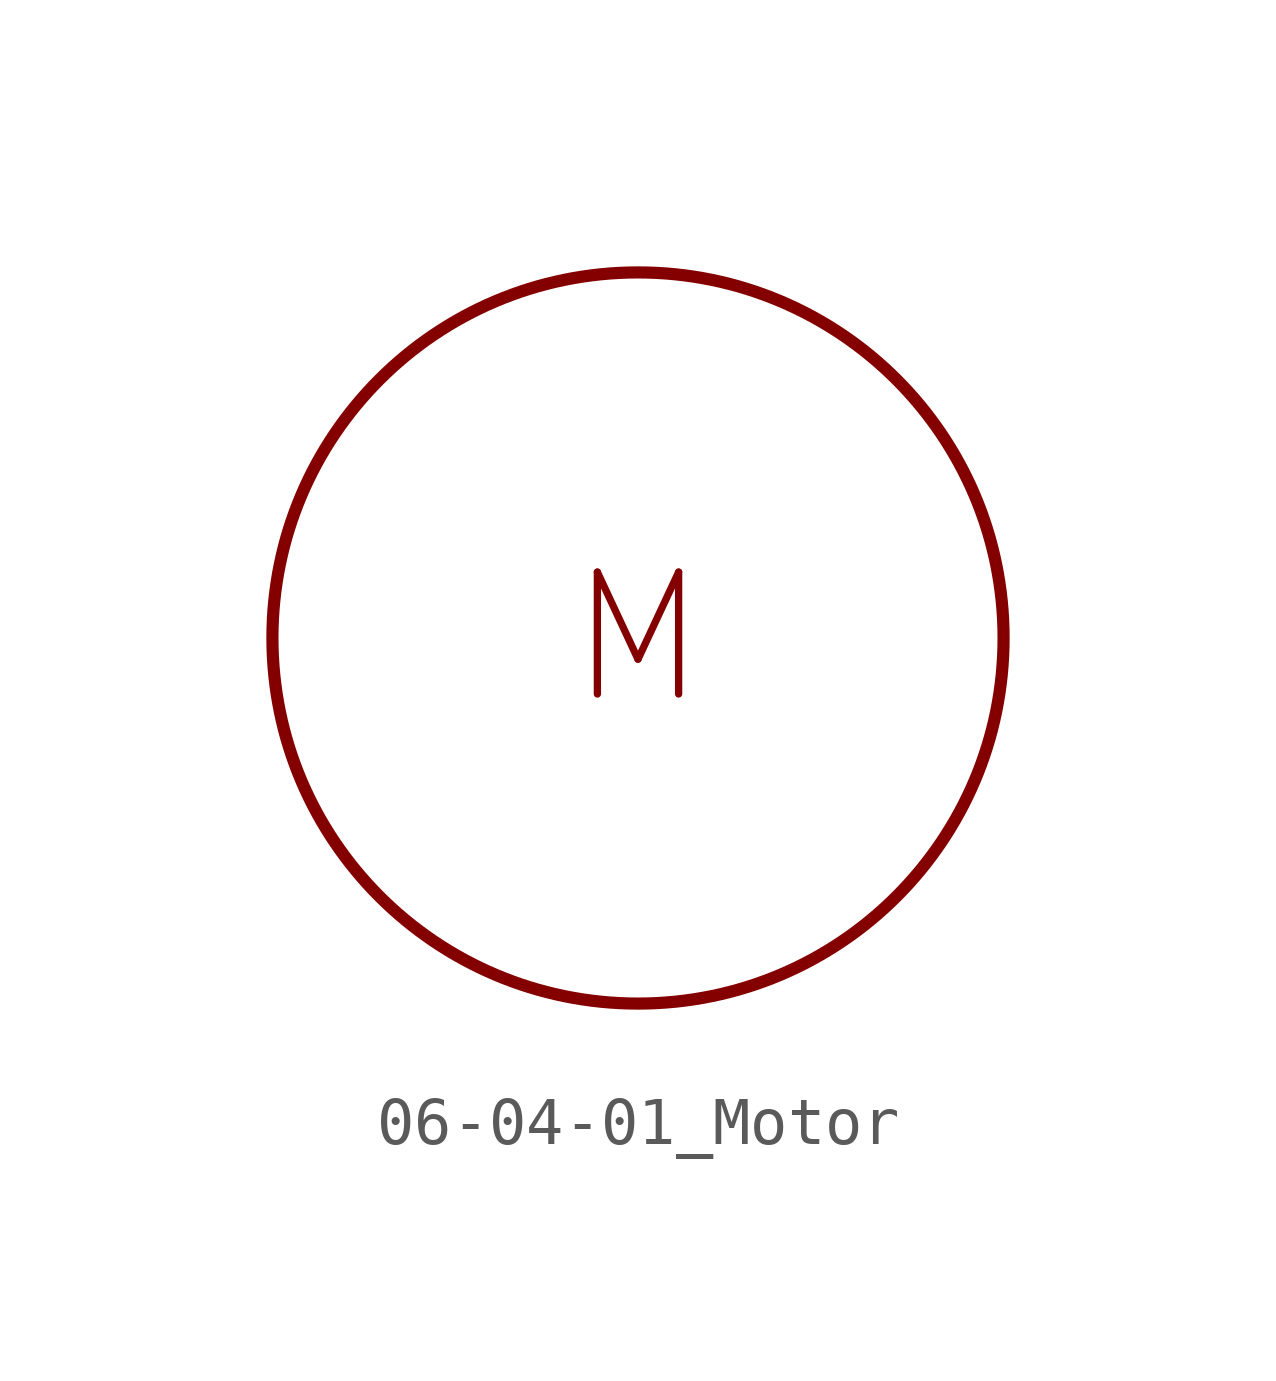
<source format=kicad_sym>
(kicad_symbol_lib
  (version 20201005)
  (generator kicad_symbol_editor)
  (symbol "Symbol_IEC_60617-6:06-04-01_Motor"
    (property "Reference" "#SYM"
      (at 0 0 0)
      (effects (font (size 1.27 1.27)) hide))
    (symbol "06-04-01_Motor_0_1"
      (circle (center 0 0) (radius 7.62) (stroke (width 0.254)) (fill (type none))))
    (symbol "06-04-01_Motor_1_1"
      (text "M" (at 0 0 0) (effects (font (size 2.54 2.54)))))))
</source>
